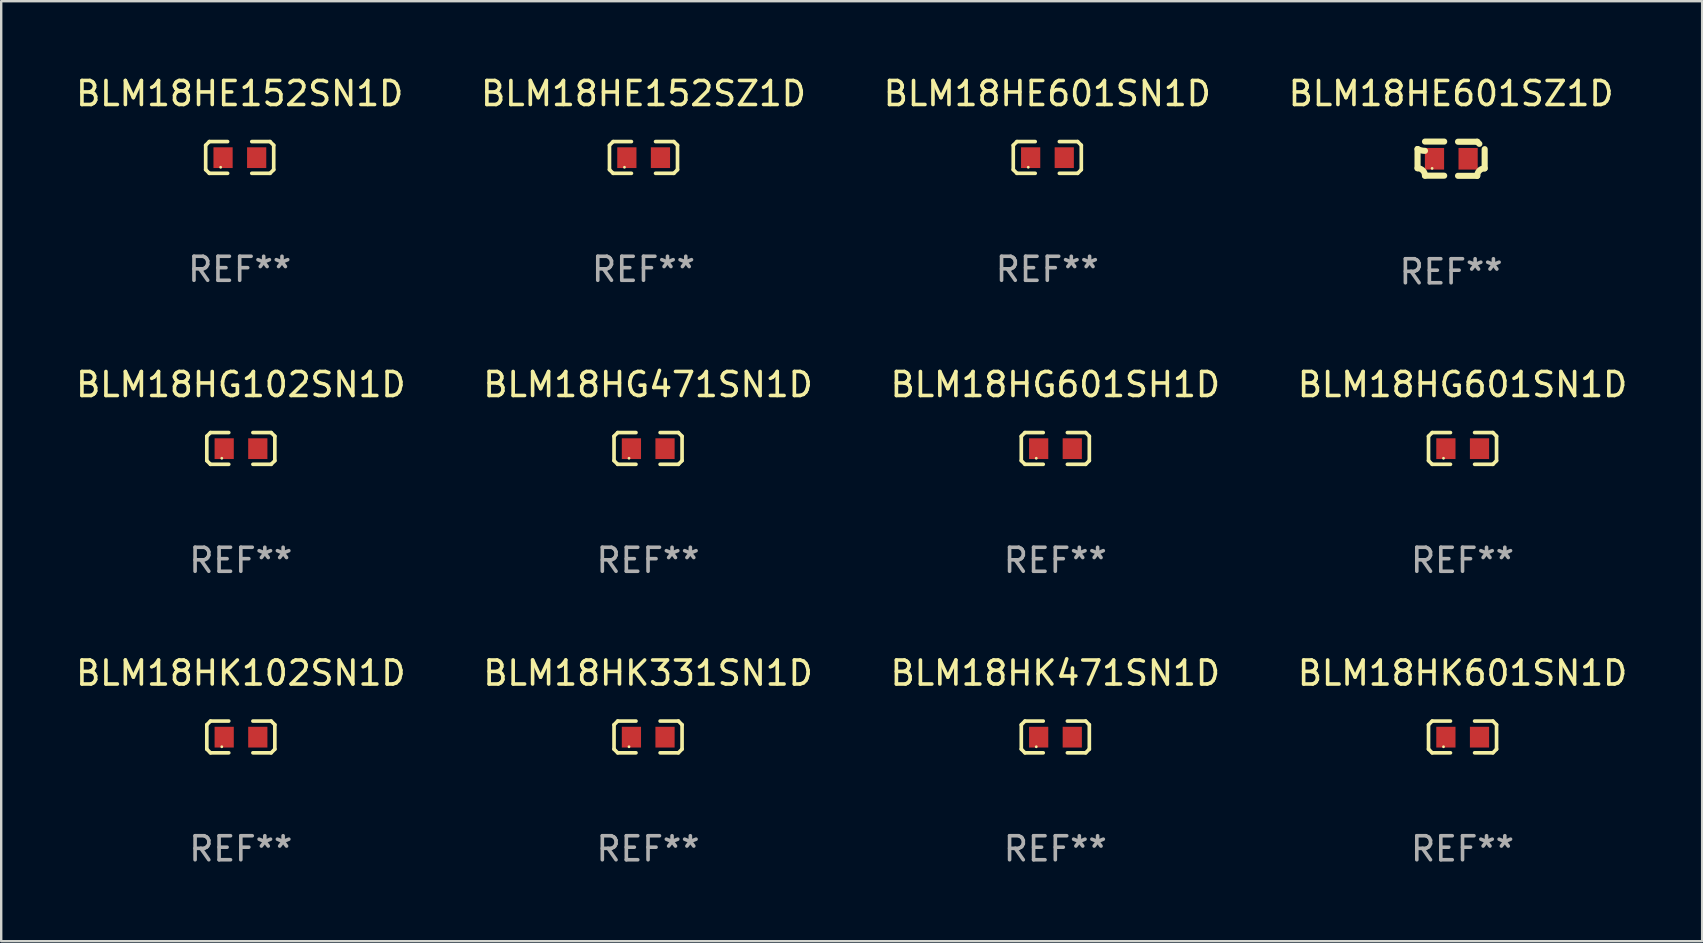
<source format=kicad_pcb>
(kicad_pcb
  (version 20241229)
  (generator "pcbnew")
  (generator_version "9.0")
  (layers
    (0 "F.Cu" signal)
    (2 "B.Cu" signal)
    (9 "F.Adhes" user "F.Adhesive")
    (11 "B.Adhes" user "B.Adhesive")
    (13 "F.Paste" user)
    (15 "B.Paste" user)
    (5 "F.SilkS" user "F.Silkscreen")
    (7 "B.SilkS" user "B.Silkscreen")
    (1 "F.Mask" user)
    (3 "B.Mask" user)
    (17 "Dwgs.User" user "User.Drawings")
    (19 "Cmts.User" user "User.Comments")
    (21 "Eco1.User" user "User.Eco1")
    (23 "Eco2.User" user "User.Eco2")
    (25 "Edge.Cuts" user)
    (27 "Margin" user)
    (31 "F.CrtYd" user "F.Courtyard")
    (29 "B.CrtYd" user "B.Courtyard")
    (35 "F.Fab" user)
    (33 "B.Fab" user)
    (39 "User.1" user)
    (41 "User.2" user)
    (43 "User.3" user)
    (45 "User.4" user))
  (footprint "BLM18HE152SZ1D"
    (layer "F.Cu")
    (at 23.756 3.509)
    (property "Reference" "BLM18HE152SZ1D" (at 0 -2.661 0) (layer "F.SilkS") (effects (font (size 1 1) (thickness 0.15))))
    (attr through_hole)
    (fp_line (start -1.417 -0.508) (end -1.265 -0.661) (stroke (width 0.152) (type solid)) (layer "F.SilkS"))
    (fp_line (start -1.417 0.508) (end -1.417 -0.508) (stroke (width 0.152) (type solid)) (layer "F.SilkS"))
    (fp_line (start -1.265 -0.661) (end -0.503 -0.661) (stroke (width 0.152) (type solid)) (layer "F.SilkS"))
    (fp_line (start -1.265 0.661) (end -1.417 0.508) (stroke (width 0.152) (type solid)) (layer "F.SilkS"))
    (fp_line (start -1.265 0.661) (end -0.503 0.661) (stroke (width 0.152) (type solid)) (layer "F.SilkS"))
    (fp_line (start 1.265 -0.661) (end 0.503 -0.661) (stroke (width 0.152) (type solid)) (layer "F.SilkS"))
    (fp_line (start 1.265 -0.661) (end 1.417 -0.508) (stroke (width 0.152) (type solid)) (layer "F.SilkS"))
    (fp_line (start 1.265 0.661) (end 0.503 0.661) (stroke (width 0.152) (type solid)) (layer "F.SilkS"))
    (fp_line (start 1.417 -0.508) (end 1.417 0.508) (stroke (width 0.152) (type solid)) (layer "F.SilkS"))
    (fp_line (start 1.417 0.508) (end 1.265 0.661) (stroke (width 0.152) (type solid)) (layer "F.SilkS"))
    (fp_circle (center -0.793 0.409) (end -0.763 0.409) (stroke (width 0.06) (type solid)) (fill no) (layer "F.SilkS"))
    (fp_text user "REF**" (at 0 4.661 0) (layer "F.Fab") (effects (font (size 1 1) (thickness 0.15))))
    (pad "1" smd rect (at -0.693 0.009 180) (size 0.8 0.864) (layers "F.Cu" "F.Mask" "F.Paste"))
    (pad "2" smd rect (at 0.707 0.009 180) (size 0.8 0.864) (layers "F.Cu" "F.Mask" "F.Paste")))
  (footprint "BLM18HK331SN1D"
    (layer "F.Cu")
    (at 23.946 27.649)
    (property "Reference" "BLM18HK331SN1D" (at 0 -2.661 0) (layer "F.SilkS") (effects (font (size 1 1) (thickness 0.15))))
    (attr through_hole)
    (fp_line (start -1.417 -0.508) (end -1.265 -0.661) (stroke (width 0.152) (type solid)) (layer "F.SilkS"))
    (fp_line (start -1.417 0.508) (end -1.417 -0.508) (stroke (width 0.152) (type solid)) (layer "F.SilkS"))
    (fp_line (start -1.265 -0.661) (end -0.503 -0.661) (stroke (width 0.152) (type solid)) (layer "F.SilkS"))
    (fp_line (start -1.265 0.661) (end -1.417 0.508) (stroke (width 0.152) (type solid)) (layer "F.SilkS"))
    (fp_line (start -1.265 0.661) (end -0.503 0.661) (stroke (width 0.152) (type solid)) (layer "F.SilkS"))
    (fp_line (start 1.265 -0.661) (end 0.503 -0.661) (stroke (width 0.152) (type solid)) (layer "F.SilkS"))
    (fp_line (start 1.265 -0.661) (end 1.417 -0.508) (stroke (width 0.152) (type solid)) (layer "F.SilkS"))
    (fp_line (start 1.265 0.661) (end 0.503 0.661) (stroke (width 0.152) (type solid)) (layer "F.SilkS"))
    (fp_line (start 1.417 -0.508) (end 1.417 0.508) (stroke (width 0.152) (type solid)) (layer "F.SilkS"))
    (fp_line (start 1.417 0.508) (end 1.265 0.661) (stroke (width 0.152) (type solid)) (layer "F.SilkS"))
    (fp_circle (center -0.793 0.409) (end -0.763 0.409) (stroke (width 0.06) (type solid)) (fill no) (layer "F.SilkS"))
    (fp_text user "REF**" (at 0 4.661 0) (layer "F.Fab") (effects (font (size 1 1) (thickness 0.15))))
    (pad "1" smd rect (at -0.693 0.009 180) (size 0.8 0.864) (layers "F.Cu" "F.Mask" "F.Paste"))
    (pad "2" smd rect (at 0.707 0.009 180) (size 0.8 0.864) (layers "F.Cu" "F.Mask" "F.Paste")))
  (footprint "BLM18HG471SN1D"
    (layer "F.Cu")
    (at 23.946 15.631)
    (property "Reference" "BLM18HG471SN1D" (at 0 -2.661 0) (layer "F.SilkS") (effects (font (size 1 1) (thickness 0.15))))
    (attr through_hole)
    (fp_line (start -1.417 -0.508) (end -1.265 -0.661) (stroke (width 0.152) (type solid)) (layer "F.SilkS"))
    (fp_line (start -1.417 0.508) (end -1.417 -0.508) (stroke (width 0.152) (type solid)) (layer "F.SilkS"))
    (fp_line (start -1.265 -0.661) (end -0.503 -0.661) (stroke (width 0.152) (type solid)) (layer "F.SilkS"))
    (fp_line (start -1.265 0.661) (end -1.417 0.508) (stroke (width 0.152) (type solid)) (layer "F.SilkS"))
    (fp_line (start -1.265 0.661) (end -0.503 0.661) (stroke (width 0.152) (type solid)) (layer "F.SilkS"))
    (fp_line (start 1.265 -0.661) (end 0.503 -0.661) (stroke (width 0.152) (type solid)) (layer "F.SilkS"))
    (fp_line (start 1.265 -0.661) (end 1.417 -0.508) (stroke (width 0.152) (type solid)) (layer "F.SilkS"))
    (fp_line (start 1.265 0.661) (end 0.503 0.661) (stroke (width 0.152) (type solid)) (layer "F.SilkS"))
    (fp_line (start 1.417 -0.508) (end 1.417 0.508) (stroke (width 0.152) (type solid)) (layer "F.SilkS"))
    (fp_line (start 1.417 0.508) (end 1.265 0.661) (stroke (width 0.152) (type solid)) (layer "F.SilkS"))
    (fp_circle (center -0.793 0.409) (end -0.763 0.409) (stroke (width 0.06) (type solid)) (fill no) (layer "F.SilkS"))
    (fp_text user "REF**" (at 0 4.661 0) (layer "F.Fab") (effects (font (size 1 1) (thickness 0.15))))
    (pad "1" smd rect (at -0.693 0.009 180) (size 0.8 0.864) (layers "F.Cu" "F.Mask" "F.Paste"))
    (pad "2" smd rect (at 0.707 0.009 180) (size 0.8 0.864) (layers "F.Cu" "F.Mask" "F.Paste")))
  (footprint "BLM18HE601SZ1D"
    (layer "F.Cu")
    (at 57.399 3.561)
    (property "Reference" "BLM18HE601SZ1D" (at 0 -2.713 0) (layer "F.SilkS") (effects (font (size 1 1) (thickness 0.15))))
    (attr through_hole)
    (fp_line (start -1.398 -0.403) (end -1.398 0.397) (stroke (width 0.254) (type solid)) (layer "F.SilkS"))
    (fp_line (start -0.288 -0.713) (end -1.088 -0.713) (stroke (width 0.254) (type solid)) (layer "F.SilkS"))
    (fp_line (start -0.288 0.707) (end -1.088 0.707) (stroke (width 0.254) (type solid)) (layer "F.SilkS"))
    (fp_line (start 0.288 -0.707) (end 1.088 -0.707) (stroke (width 0.254) (type solid)) (layer "F.SilkS"))
    (fp_line (start 0.288 0.713) (end 1.088 0.713) (stroke (width 0.254) (type solid)) (layer "F.SilkS"))
    (fp_line (start 1.398 -0.397) (end 1.398 0.403) (stroke (width 0.254) (type solid)) (layer "F.SilkS"))
    (fp_arc (start -1.397789 0.397066) (mid -1.178701 0.487826) (end -1.08796 0.706922) (stroke (width 0.254001) (type solid)) (layer "F.SilkS"))
    (fp_arc (start -1.08796 -0.327176) (mid -1.247436 -0.346384) (end -1.39779 -0.402908) (stroke (width 0.254001) (type solid)) (layer "F.SilkS"))
    (fp_arc (start 1.087909 0.712738) (mid 1.178656 0.493655) (end 1.397739 0.402908) (stroke (width 0.254001) (type solid)) (layer "F.SilkS"))
    (fp_arc (start 1.175925 -0.618926) (mid 1.131917 -0.662923) (end 1.08791 -0.706922) (stroke (width 0.254001) (type solid)) (layer "F.SilkS"))
    (fp_circle (center -0.792 0.403) (end -0.762 0.403) (stroke (width 0.06) (type solid)) (fill no) (layer "F.SilkS"))
    (fp_text user "REF**" (at 0 4.713 0) (layer "F.Fab") (effects (font (size 1 1) (thickness 0.15))))
    (pad "1" smd rect (at -0.692 0.003) (size 0.8 0.9) (layers "F.Cu" "F.Mask" "F.Paste"))
    (pad "2" smd rect (at 0.708 0.003) (size 0.8 0.9) (layers "F.Cu" "F.Mask" "F.Paste")))
  (footprint "BLM18HE601SN1D"
    (layer "F.Cu")
    (at 40.577 3.509)
    (property "Reference" "BLM18HE601SN1D" (at 0 -2.661 0) (layer "F.SilkS") (effects (font (size 1 1) (thickness 0.15))))
    (attr through_hole)
    (fp_line (start -1.417 -0.508) (end -1.265 -0.661) (stroke (width 0.152) (type solid)) (layer "F.SilkS"))
    (fp_line (start -1.417 0.508) (end -1.417 -0.508) (stroke (width 0.152) (type solid)) (layer "F.SilkS"))
    (fp_line (start -1.265 -0.661) (end -0.503 -0.661) (stroke (width 0.152) (type solid)) (layer "F.SilkS"))
    (fp_line (start -1.265 0.661) (end -1.417 0.508) (stroke (width 0.152) (type solid)) (layer "F.SilkS"))
    (fp_line (start -1.265 0.661) (end -0.503 0.661) (stroke (width 0.152) (type solid)) (layer "F.SilkS"))
    (fp_line (start 1.265 -0.661) (end 0.503 -0.661) (stroke (width 0.152) (type solid)) (layer "F.SilkS"))
    (fp_line (start 1.265 -0.661) (end 1.417 -0.508) (stroke (width 0.152) (type solid)) (layer "F.SilkS"))
    (fp_line (start 1.265 0.661) (end 0.503 0.661) (stroke (width 0.152) (type solid)) (layer "F.SilkS"))
    (fp_line (start 1.417 -0.508) (end 1.417 0.508) (stroke (width 0.152) (type solid)) (layer "F.SilkS"))
    (fp_line (start 1.417 0.508) (end 1.265 0.661) (stroke (width 0.152) (type solid)) (layer "F.SilkS"))
    (fp_circle (center -0.793 0.409) (end -0.763 0.409) (stroke (width 0.06) (type solid)) (fill no) (layer "F.SilkS"))
    (fp_text user "REF**" (at 0 4.661 0) (layer "F.Fab") (effects (font (size 1 1) (thickness 0.15))))
    (pad "1" smd rect (at -0.693 0.009 180) (size 0.8 0.864) (layers "F.Cu" "F.Mask" "F.Paste"))
    (pad "2" smd rect (at 0.707 0.009 180) (size 0.8 0.864) (layers "F.Cu" "F.Mask" "F.Paste")))
  (footprint "BLM18HG601SN1D"
    (layer "F.Cu")
    (at 57.875 15.631)
    (property "Reference" "BLM18HG601SN1D" (at 0 -2.661 0) (layer "F.SilkS") (effects (font (size 1 1) (thickness 0.15))))
    (attr through_hole)
    (fp_line (start -1.417 -0.508) (end -1.265 -0.661) (stroke (width 0.152) (type solid)) (layer "F.SilkS"))
    (fp_line (start -1.417 0.508) (end -1.417 -0.508) (stroke (width 0.152) (type solid)) (layer "F.SilkS"))
    (fp_line (start -1.265 -0.661) (end -0.503 -0.661) (stroke (width 0.152) (type solid)) (layer "F.SilkS"))
    (fp_line (start -1.265 0.661) (end -1.417 0.508) (stroke (width 0.152) (type solid)) (layer "F.SilkS"))
    (fp_line (start -1.265 0.661) (end -0.503 0.661) (stroke (width 0.152) (type solid)) (layer "F.SilkS"))
    (fp_line (start 1.265 -0.661) (end 0.503 -0.661) (stroke (width 0.152) (type solid)) (layer "F.SilkS"))
    (fp_line (start 1.265 -0.661) (end 1.417 -0.508) (stroke (width 0.152) (type solid)) (layer "F.SilkS"))
    (fp_line (start 1.265 0.661) (end 0.503 0.661) (stroke (width 0.152) (type solid)) (layer "F.SilkS"))
    (fp_line (start 1.417 -0.508) (end 1.417 0.508) (stroke (width 0.152) (type solid)) (layer "F.SilkS"))
    (fp_line (start 1.417 0.508) (end 1.265 0.661) (stroke (width 0.152) (type solid)) (layer "F.SilkS"))
    (fp_circle (center -0.793 0.409) (end -0.763 0.409) (stroke (width 0.06) (type solid)) (fill no) (layer "F.SilkS"))
    (fp_text user "REF**" (at 0 4.661 0) (layer "F.Fab") (effects (font (size 1 1) (thickness 0.15))))
    (pad "1" smd rect (at -0.693 0.009 180) (size 0.8 0.864) (layers "F.Cu" "F.Mask" "F.Paste"))
    (pad "2" smd rect (at 0.707 0.009 180) (size 0.8 0.864) (layers "F.Cu" "F.Mask" "F.Paste")))
  (footprint "BLM18HE152SN1D"
    (layer "F.Cu")
    (at 6.935 3.509)
    (property "Reference" "BLM18HE152SN1D" (at 0 -2.661 0) (layer "F.SilkS") (effects (font (size 1 1) (thickness 0.15))))
    (attr through_hole)
    (fp_line (start -1.417 -0.508) (end -1.265 -0.661) (stroke (width 0.152) (type solid)) (layer "F.SilkS"))
    (fp_line (start -1.417 0.508) (end -1.417 -0.508) (stroke (width 0.152) (type solid)) (layer "F.SilkS"))
    (fp_line (start -1.265 -0.661) (end -0.503 -0.661) (stroke (width 0.152) (type solid)) (layer "F.SilkS"))
    (fp_line (start -1.265 0.661) (end -1.417 0.508) (stroke (width 0.152) (type solid)) (layer "F.SilkS"))
    (fp_line (start -1.265 0.661) (end -0.503 0.661) (stroke (width 0.152) (type solid)) (layer "F.SilkS"))
    (fp_line (start 1.265 -0.661) (end 0.503 -0.661) (stroke (width 0.152) (type solid)) (layer "F.SilkS"))
    (fp_line (start 1.265 -0.661) (end 1.417 -0.508) (stroke (width 0.152) (type solid)) (layer "F.SilkS"))
    (fp_line (start 1.265 0.661) (end 0.503 0.661) (stroke (width 0.152) (type solid)) (layer "F.SilkS"))
    (fp_line (start 1.417 -0.508) (end 1.417 0.508) (stroke (width 0.152) (type solid)) (layer "F.SilkS"))
    (fp_line (start 1.417 0.508) (end 1.265 0.661) (stroke (width 0.152) (type solid)) (layer "F.SilkS"))
    (fp_circle (center -0.793 0.409) (end -0.763 0.409) (stroke (width 0.06) (type solid)) (fill no) (layer "F.SilkS"))
    (fp_text user "REF**" (at 0 4.661 0) (layer "F.Fab") (effects (font (size 1 1) (thickness 0.15))))
    (pad "1" smd rect (at -0.693 0.009 180) (size 0.8 0.864) (layers "F.Cu" "F.Mask" "F.Paste"))
    (pad "2" smd rect (at 0.707 0.009 180) (size 0.8 0.864) (layers "F.Cu" "F.Mask" "F.Paste")))
  (footprint "BLM18HK471SN1D"
    (layer "F.Cu")
    (at 40.911 27.649)
    (property "Reference" "BLM18HK471SN1D" (at 0 -2.661 0) (layer "F.SilkS") (effects (font (size 1 1) (thickness 0.15))))
    (attr through_hole)
    (fp_line (start -1.417 -0.508) (end -1.265 -0.661) (stroke (width 0.152) (type solid)) (layer "F.SilkS"))
    (fp_line (start -1.417 0.508) (end -1.417 -0.508) (stroke (width 0.152) (type solid)) (layer "F.SilkS"))
    (fp_line (start -1.265 -0.661) (end -0.503 -0.661) (stroke (width 0.152) (type solid)) (layer "F.SilkS"))
    (fp_line (start -1.265 0.661) (end -1.417 0.508) (stroke (width 0.152) (type solid)) (layer "F.SilkS"))
    (fp_line (start -1.265 0.661) (end -0.503 0.661) (stroke (width 0.152) (type solid)) (layer "F.SilkS"))
    (fp_line (start 1.265 -0.661) (end 0.503 -0.661) (stroke (width 0.152) (type solid)) (layer "F.SilkS"))
    (fp_line (start 1.265 -0.661) (end 1.417 -0.508) (stroke (width 0.152) (type solid)) (layer "F.SilkS"))
    (fp_line (start 1.265 0.661) (end 0.503 0.661) (stroke (width 0.152) (type solid)) (layer "F.SilkS"))
    (fp_line (start 1.417 -0.508) (end 1.417 0.508) (stroke (width 0.152) (type solid)) (layer "F.SilkS"))
    (fp_line (start 1.417 0.508) (end 1.265 0.661) (stroke (width 0.152) (type solid)) (layer "F.SilkS"))
    (fp_circle (center -0.793 0.409) (end -0.763 0.409) (stroke (width 0.06) (type solid)) (fill no) (layer "F.SilkS"))
    (fp_text user "REF**" (at 0 4.661 0) (layer "F.Fab") (effects (font (size 1 1) (thickness 0.15))))
    (pad "1" smd rect (at -0.693 0.009 180) (size 0.8 0.864) (layers "F.Cu" "F.Mask" "F.Paste"))
    (pad "2" smd rect (at 0.707 0.009 180) (size 0.8 0.864) (layers "F.Cu" "F.Mask" "F.Paste")))
  (footprint "BLM18HG102SN1D"
    (layer "F.Cu")
    (at 6.982 15.631)
    (property "Reference" "BLM18HG102SN1D" (at 0 -2.661 0) (layer "F.SilkS") (effects (font (size 1 1) (thickness 0.15))))
    (attr through_hole)
    (fp_line (start -1.417 -0.508) (end -1.265 -0.661) (stroke (width 0.152) (type solid)) (layer "F.SilkS"))
    (fp_line (start -1.417 0.508) (end -1.417 -0.508) (stroke (width 0.152) (type solid)) (layer "F.SilkS"))
    (fp_line (start -1.265 -0.661) (end -0.503 -0.661) (stroke (width 0.152) (type solid)) (layer "F.SilkS"))
    (fp_line (start -1.265 0.661) (end -1.417 0.508) (stroke (width 0.152) (type solid)) (layer "F.SilkS"))
    (fp_line (start -1.265 0.661) (end -0.503 0.661) (stroke (width 0.152) (type solid)) (layer "F.SilkS"))
    (fp_line (start 1.265 -0.661) (end 0.503 -0.661) (stroke (width 0.152) (type solid)) (layer "F.SilkS"))
    (fp_line (start 1.265 -0.661) (end 1.417 -0.508) (stroke (width 0.152) (type solid)) (layer "F.SilkS"))
    (fp_line (start 1.265 0.661) (end 0.503 0.661) (stroke (width 0.152) (type solid)) (layer "F.SilkS"))
    (fp_line (start 1.417 -0.508) (end 1.417 0.508) (stroke (width 0.152) (type solid)) (layer "F.SilkS"))
    (fp_line (start 1.417 0.508) (end 1.265 0.661) (stroke (width 0.152) (type solid)) (layer "F.SilkS"))
    (fp_circle (center -0.793 0.409) (end -0.763 0.409) (stroke (width 0.06) (type solid)) (fill no) (layer "F.SilkS"))
    (fp_text user "REF**" (at 0 4.661 0) (layer "F.Fab") (effects (font (size 1 1) (thickness 0.15))))
    (pad "1" smd rect (at -0.693 0.009 180) (size 0.8 0.864) (layers "F.Cu" "F.Mask" "F.Paste"))
    (pad "2" smd rect (at 0.707 0.009 180) (size 0.8 0.864) (layers "F.Cu" "F.Mask" "F.Paste")))
  (footprint "BLM18HG601SH1D"
    (layer "F.Cu")
    (at 40.911 15.631)
    (property "Reference" "BLM18HG601SH1D" (at 0 -2.661 0) (layer "F.SilkS") (effects (font (size 1 1) (thickness 0.15))))
    (attr through_hole)
    (fp_line (start -1.417 -0.508) (end -1.265 -0.661) (stroke (width 0.152) (type solid)) (layer "F.SilkS"))
    (fp_line (start -1.417 0.508) (end -1.417 -0.508) (stroke (width 0.152) (type solid)) (layer "F.SilkS"))
    (fp_line (start -1.265 -0.661) (end -0.503 -0.661) (stroke (width 0.152) (type solid)) (layer "F.SilkS"))
    (fp_line (start -1.265 0.661) (end -1.417 0.508) (stroke (width 0.152) (type solid)) (layer "F.SilkS"))
    (fp_line (start -1.265 0.661) (end -0.503 0.661) (stroke (width 0.152) (type solid)) (layer "F.SilkS"))
    (fp_line (start 1.265 -0.661) (end 0.503 -0.661) (stroke (width 0.152) (type solid)) (layer "F.SilkS"))
    (fp_line (start 1.265 -0.661) (end 1.417 -0.508) (stroke (width 0.152) (type solid)) (layer "F.SilkS"))
    (fp_line (start 1.265 0.661) (end 0.503 0.661) (stroke (width 0.152) (type solid)) (layer "F.SilkS"))
    (fp_line (start 1.417 -0.508) (end 1.417 0.508) (stroke (width 0.152) (type solid)) (layer "F.SilkS"))
    (fp_line (start 1.417 0.508) (end 1.265 0.661) (stroke (width 0.152) (type solid)) (layer "F.SilkS"))
    (fp_circle (center -0.793 0.409) (end -0.763 0.409) (stroke (width 0.06) (type solid)) (fill no) (layer "F.SilkS"))
    (fp_text user "REF**" (at 0 4.661 0) (layer "F.Fab") (effects (font (size 1 1) (thickness 0.15))))
    (pad "1" smd rect (at -0.693 0.009 180) (size 0.8 0.864) (layers "F.Cu" "F.Mask" "F.Paste"))
    (pad "2" smd rect (at 0.707 0.009 180) (size 0.8 0.864) (layers "F.Cu" "F.Mask" "F.Paste")))
  (footprint "BLM18HK102SN1D"
    (layer "F.Cu")
    (at 6.982 27.649)
    (property "Reference" "BLM18HK102SN1D" (at 0 -2.661 0) (layer "F.SilkS") (effects (font (size 1 1) (thickness 0.15))))
    (attr through_hole)
    (fp_line (start -1.417 -0.508) (end -1.265 -0.661) (stroke (width 0.152) (type solid)) (layer "F.SilkS"))
    (fp_line (start -1.417 0.508) (end -1.417 -0.508) (stroke (width 0.152) (type solid)) (layer "F.SilkS"))
    (fp_line (start -1.265 -0.661) (end -0.503 -0.661) (stroke (width 0.152) (type solid)) (layer "F.SilkS"))
    (fp_line (start -1.265 0.661) (end -1.417 0.508) (stroke (width 0.152) (type solid)) (layer "F.SilkS"))
    (fp_line (start -1.265 0.661) (end -0.503 0.661) (stroke (width 0.152) (type solid)) (layer "F.SilkS"))
    (fp_line (start 1.265 -0.661) (end 0.503 -0.661) (stroke (width 0.152) (type solid)) (layer "F.SilkS"))
    (fp_line (start 1.265 -0.661) (end 1.417 -0.508) (stroke (width 0.152) (type solid)) (layer "F.SilkS"))
    (fp_line (start 1.265 0.661) (end 0.503 0.661) (stroke (width 0.152) (type solid)) (layer "F.SilkS"))
    (fp_line (start 1.417 -0.508) (end 1.417 0.508) (stroke (width 0.152) (type solid)) (layer "F.SilkS"))
    (fp_line (start 1.417 0.508) (end 1.265 0.661) (stroke (width 0.152) (type solid)) (layer "F.SilkS"))
    (fp_circle (center -0.793 0.409) (end -0.763 0.409) (stroke (width 0.06) (type solid)) (fill no) (layer "F.SilkS"))
    (fp_text user "REF**" (at 0 4.661 0) (layer "F.Fab") (effects (font (size 1 1) (thickness 0.15))))
    (pad "1" smd rect (at -0.693 0.009 180) (size 0.8 0.864) (layers "F.Cu" "F.Mask" "F.Paste"))
    (pad "2" smd rect (at 0.707 0.009 180) (size 0.8 0.864) (layers "F.Cu" "F.Mask" "F.Paste")))
  (footprint "BLM18HK601SN1D"
    (layer "F.Cu")
    (at 57.875 27.649)
    (property "Reference" "BLM18HK601SN1D" (at 0 -2.661 0) (layer "F.SilkS") (effects (font (size 1 1) (thickness 0.15))))
    (attr through_hole)
    (fp_line (start -1.417 -0.508) (end -1.265 -0.661) (stroke (width 0.152) (type solid)) (layer "F.SilkS"))
    (fp_line (start -1.417 0.508) (end -1.417 -0.508) (stroke (width 0.152) (type solid)) (layer "F.SilkS"))
    (fp_line (start -1.265 -0.661) (end -0.503 -0.661) (stroke (width 0.152) (type solid)) (layer "F.SilkS"))
    (fp_line (start -1.265 0.661) (end -1.417 0.508) (stroke (width 0.152) (type solid)) (layer "F.SilkS"))
    (fp_line (start -1.265 0.661) (end -0.503 0.661) (stroke (width 0.152) (type solid)) (layer "F.SilkS"))
    (fp_line (start 1.265 -0.661) (end 0.503 -0.661) (stroke (width 0.152) (type solid)) (layer "F.SilkS"))
    (fp_line (start 1.265 -0.661) (end 1.417 -0.508) (stroke (width 0.152) (type solid)) (layer "F.SilkS"))
    (fp_line (start 1.265 0.661) (end 0.503 0.661) (stroke (width 0.152) (type solid)) (layer "F.SilkS"))
    (fp_line (start 1.417 -0.508) (end 1.417 0.508) (stroke (width 0.152) (type solid)) (layer "F.SilkS"))
    (fp_line (start 1.417 0.508) (end 1.265 0.661) (stroke (width 0.152) (type solid)) (layer "F.SilkS"))
    (fp_circle (center -0.793 0.409) (end -0.763 0.409) (stroke (width 0.06) (type solid)) (fill no) (layer "F.SilkS"))
    (fp_text user "REF**" (at 0 4.661 0) (layer "F.Fab") (effects (font (size 1 1) (thickness 0.15))))
    (pad "1" smd rect (at -0.693 0.009 180) (size 0.8 0.864) (layers "F.Cu" "F.Mask" "F.Paste"))
    (pad "2" smd rect (at 0.707 0.009 180) (size 0.8 0.864) (layers "F.Cu" "F.Mask" "F.Paste")))
  (gr_rect
    (start -3 -3)
    (end 67.857 36.157)
    (stroke (width 0.1) (type default))
    (fill no)
    (layer "Edge.Cuts")))
</source>
